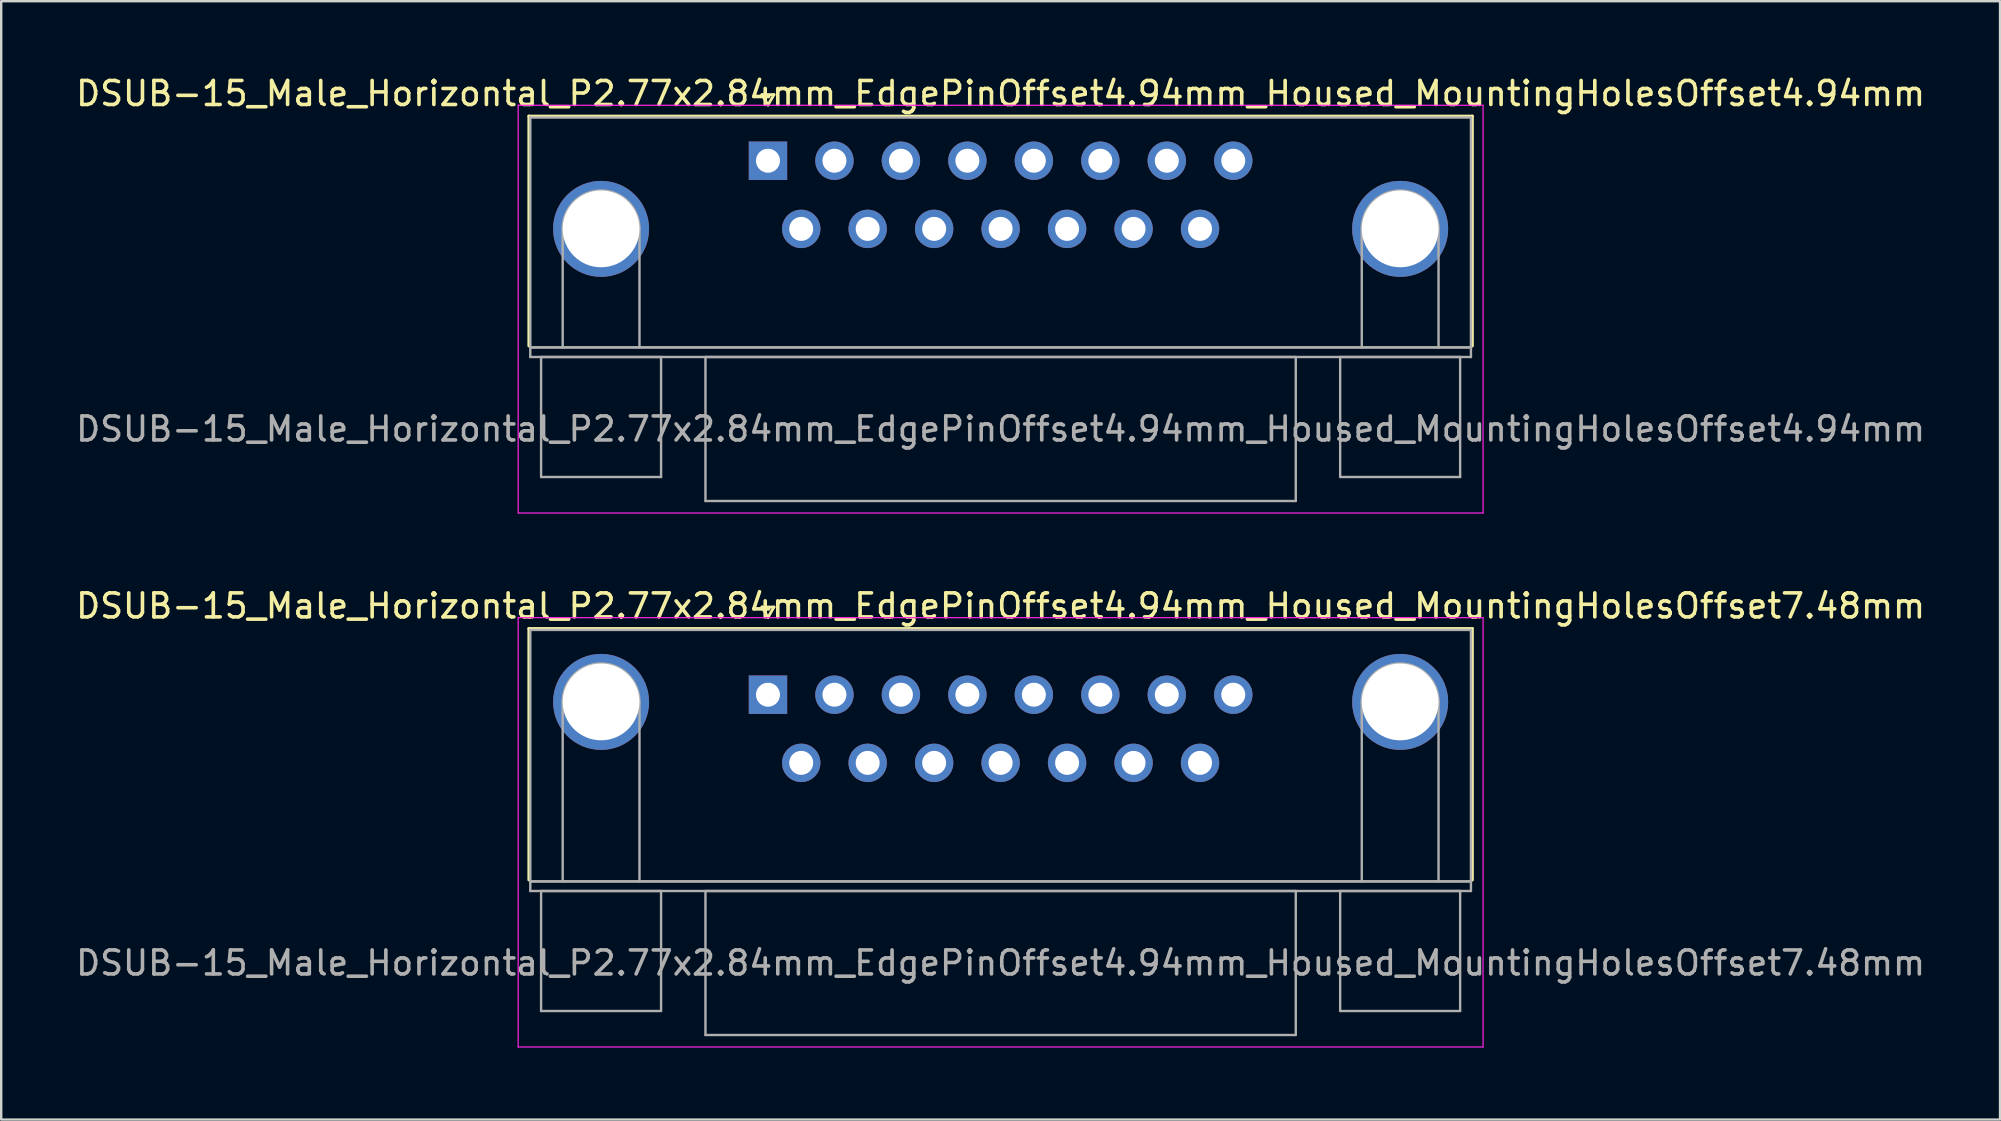
<source format=kicad_pcb>
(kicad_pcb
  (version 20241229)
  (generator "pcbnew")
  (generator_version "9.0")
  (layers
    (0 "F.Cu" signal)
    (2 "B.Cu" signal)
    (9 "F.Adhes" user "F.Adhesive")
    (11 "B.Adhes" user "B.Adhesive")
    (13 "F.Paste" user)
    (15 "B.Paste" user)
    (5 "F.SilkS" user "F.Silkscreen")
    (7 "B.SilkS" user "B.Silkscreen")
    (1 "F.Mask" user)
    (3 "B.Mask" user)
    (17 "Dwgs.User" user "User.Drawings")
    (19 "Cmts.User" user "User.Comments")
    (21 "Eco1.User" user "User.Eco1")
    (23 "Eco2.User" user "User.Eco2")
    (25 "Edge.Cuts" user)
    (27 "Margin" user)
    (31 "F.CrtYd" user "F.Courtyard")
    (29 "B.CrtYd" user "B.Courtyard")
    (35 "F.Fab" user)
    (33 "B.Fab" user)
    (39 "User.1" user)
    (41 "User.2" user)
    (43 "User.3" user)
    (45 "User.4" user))
  (footprint "DSUB-15_Male_Horizontal_P2.77x2.84mm_EdgePinOffset4.94mm_Housed_MountingHolesOffset4.94mm"
    (layer "F.Cu")
    (at 28.954 3.648)
    (property "Reference" "DSUB-15_Male_Horizontal_P2.77x2.84mm_EdgePinOffset4.94mm_Housed_MountingHolesOffset4.94mm" (at 9.695 -2.8 0) (layer "F.SilkS") (effects (font (size 1 1) (thickness 0.15))))
    (attr through_hole)
    (fp_line (start -9.965 -1.86) (end 29.355 -1.86) (stroke (width 0.12) (type solid)) (layer "F.SilkS"))
    (fp_line (start -9.965 7.72) (end -9.965 -1.86) (stroke (width 0.12) (type solid)) (layer "F.SilkS"))
    (fp_line (start -0.25 -2.754) (end 0.25 -2.754) (stroke (width 0.12) (type solid)) (layer "F.SilkS"))
    (fp_line (start 0 -2.321) (end -0.25 -2.754) (stroke (width 0.12) (type solid)) (layer "F.SilkS"))
    (fp_line (start 0.25 -2.754) (end 0 -2.321) (stroke (width 0.12) (type solid)) (layer "F.SilkS"))
    (fp_line (start 29.355 -1.86) (end 29.355 7.72) (stroke (width 0.12) (type solid)) (layer "F.SilkS"))
    (fp_line (start -10.41 -2.31) (end -10.41 14.68) (stroke (width 0.05) (type solid)) (layer "F.CrtYd"))
    (fp_line (start -10.41 14.68) (end 29.8 14.68) (stroke (width 0.05) (type solid)) (layer "F.CrtYd"))
    (fp_line (start 29.8 -2.31) (end -10.41 -2.31) (stroke (width 0.05) (type solid)) (layer "F.CrtYd"))
    (fp_line (start 29.8 14.68) (end 29.8 -2.31) (stroke (width 0.05) (type solid)) (layer "F.CrtYd"))
    (fp_line (start -9.905 -1.8) (end -9.905 7.78) (stroke (width 0.1) (type solid)) (layer "F.Fab"))
    (fp_line (start -9.905 7.78) (end -9.905 8.18) (stroke (width 0.1) (type solid)) (layer "F.Fab"))
    (fp_line (start -9.905 7.78) (end 29.295 7.78) (stroke (width 0.1) (type solid)) (layer "F.Fab"))
    (fp_line (start -9.905 8.18) (end 29.295 8.18) (stroke (width 0.1) (type solid)) (layer "F.Fab"))
    (fp_line (start -9.455 8.18) (end -9.455 13.18) (stroke (width 0.1) (type solid)) (layer "F.Fab"))
    (fp_line (start -9.455 13.18) (end -4.455 13.18) (stroke (width 0.1) (type solid)) (layer "F.Fab"))
    (fp_line (start -8.555 7.78) (end -8.555 2.84) (stroke (width 0.1) (type solid)) (layer "F.Fab"))
    (fp_line (start -5.355 7.78) (end -5.355 2.84) (stroke (width 0.1) (type solid)) (layer "F.Fab"))
    (fp_line (start -4.455 8.18) (end -9.455 8.18) (stroke (width 0.1) (type solid)) (layer "F.Fab"))
    (fp_line (start -4.455 13.18) (end -4.455 8.18) (stroke (width 0.1) (type solid)) (layer "F.Fab"))
    (fp_line (start -2.605 8.18) (end -2.605 14.18) (stroke (width 0.1) (type solid)) (layer "F.Fab"))
    (fp_line (start -2.605 14.18) (end 21.995 14.18) (stroke (width 0.1) (type solid)) (layer "F.Fab"))
    (fp_line (start 21.995 8.18) (end -2.605 8.18) (stroke (width 0.1) (type solid)) (layer "F.Fab"))
    (fp_line (start 21.995 14.18) (end 21.995 8.18) (stroke (width 0.1) (type solid)) (layer "F.Fab"))
    (fp_line (start 23.845 8.18) (end 23.845 13.18) (stroke (width 0.1) (type solid)) (layer "F.Fab"))
    (fp_line (start 23.845 13.18) (end 28.845 13.18) (stroke (width 0.1) (type solid)) (layer "F.Fab"))
    (fp_line (start 24.745 7.78) (end 24.745 2.84) (stroke (width 0.1) (type solid)) (layer "F.Fab"))
    (fp_line (start 27.945 7.78) (end 27.945 2.84) (stroke (width 0.1) (type solid)) (layer "F.Fab"))
    (fp_line (start 28.845 8.18) (end 23.845 8.18) (stroke (width 0.1) (type solid)) (layer "F.Fab"))
    (fp_line (start 28.845 13.18) (end 28.845 8.18) (stroke (width 0.1) (type solid)) (layer "F.Fab"))
    (fp_line (start 29.295 -1.8) (end -9.905 -1.8) (stroke (width 0.1) (type solid)) (layer "F.Fab"))
    (fp_line (start 29.295 7.78) (end -9.905 7.78) (stroke (width 0.1) (type solid)) (layer "F.Fab"))
    (fp_line (start 29.295 7.78) (end 29.295 -1.8) (stroke (width 0.1) (type solid)) (layer "F.Fab"))
    (fp_line (start 29.295 8.18) (end 29.295 7.78) (stroke (width 0.1) (type solid)) (layer "F.Fab"))
    (fp_arc (start -8.555 2.84) (mid -6.955 1.24) (end -5.355 2.84) (stroke (width 0.1) (type solid)) (layer "F.Fab"))
    (fp_arc (start 24.745 2.84) (mid 26.345 1.24) (end 27.945 2.84) (stroke (width 0.1) (type solid)) (layer "F.Fab"))
    (fp_text user "${REFERENCE}" (at 9.695 11.18 0) (layer "F.Fab") (effects (font (size 1 1) (thickness 0.15))))
    (pad "0" thru_hole circle (at -6.955 2.84) (size 4 4) (drill 3.2) (layers "*.Cu" "*.Mask"))
    (pad "0" thru_hole circle (at 26.345 2.84) (size 4 4) (drill 3.2) (layers "*.Cu" "*.Mask"))
    (pad "1" thru_hole rect (at 0 0) (size 1.6 1.6) (drill 1) (layers "*.Cu" "*.Mask"))
    (pad "2" thru_hole circle (at 2.77 0) (size 1.6 1.6) (drill 1) (layers "*.Cu" "*.Mask"))
    (pad "3" thru_hole circle (at 5.54 0) (size 1.6 1.6) (drill 1) (layers "*.Cu" "*.Mask"))
    (pad "4" thru_hole circle (at 8.31 0) (size 1.6 1.6) (drill 1) (layers "*.Cu" "*.Mask"))
    (pad "5" thru_hole circle (at 11.08 0) (size 1.6 1.6) (drill 1) (layers "*.Cu" "*.Mask"))
    (pad "6" thru_hole circle (at 13.85 0) (size 1.6 1.6) (drill 1) (layers "*.Cu" "*.Mask"))
    (pad "7" thru_hole circle (at 16.62 0) (size 1.6 1.6) (drill 1) (layers "*.Cu" "*.Mask"))
    (pad "8" thru_hole circle (at 19.39 0) (size 1.6 1.6) (drill 1) (layers "*.Cu" "*.Mask"))
    (pad "9" thru_hole circle (at 1.385 2.84) (size 1.6 1.6) (drill 1) (layers "*.Cu" "*.Mask"))
    (pad "10" thru_hole circle (at 4.155 2.84) (size 1.6 1.6) (drill 1) (layers "*.Cu" "*.Mask"))
    (pad "11" thru_hole circle (at 6.925 2.84) (size 1.6 1.6) (drill 1) (layers "*.Cu" "*.Mask"))
    (pad "12" thru_hole circle (at 9.695 2.84) (size 1.6 1.6) (drill 1) (layers "*.Cu" "*.Mask"))
    (pad "13" thru_hole circle (at 12.465 2.84) (size 1.6 1.6) (drill 1) (layers "*.Cu" "*.Mask"))
    (pad "14" thru_hole circle (at 15.235 2.84) (size 1.6 1.6) (drill 1) (layers "*.Cu" "*.Mask"))
    (pad "15" thru_hole circle (at 18.005 2.84) (size 1.6 1.6) (drill 1) (layers "*.Cu" "*.Mask")))
  (footprint "DSUB-15_Male_Horizontal_P2.77x2.84mm_EdgePinOffset4.94mm_Housed_MountingHolesOffset7.48mm"
    (layer "F.Cu")
    (at 28.954 25.901)
    (property "Reference" "DSUB-15_Male_Horizontal_P2.77x2.84mm_EdgePinOffset4.94mm_Housed_MountingHolesOffset7.48mm" (at 9.695 -3.7 0) (layer "F.SilkS") (effects (font (size 1 1) (thickness 0.15))))
    (attr through_hole)
    (fp_line (start -9.965 -2.76) (end 29.355 -2.76) (stroke (width 0.12) (type solid)) (layer "F.SilkS"))
    (fp_line (start -9.965 7.72) (end -9.965 -2.76) (stroke (width 0.12) (type solid)) (layer "F.SilkS"))
    (fp_line (start -0.25 -3.654) (end 0.25 -3.654) (stroke (width 0.12) (type solid)) (layer "F.SilkS"))
    (fp_line (start 0 -3.221) (end -0.25 -3.654) (stroke (width 0.12) (type solid)) (layer "F.SilkS"))
    (fp_line (start 0.25 -3.654) (end 0 -3.221) (stroke (width 0.12) (type solid)) (layer "F.SilkS"))
    (fp_line (start 29.355 -2.76) (end 29.355 7.72) (stroke (width 0.12) (type solid)) (layer "F.SilkS"))
    (fp_line (start -10.41 -3.21) (end -10.41 14.68) (stroke (width 0.05) (type solid)) (layer "F.CrtYd"))
    (fp_line (start -10.41 14.68) (end 29.8 14.68) (stroke (width 0.05) (type solid)) (layer "F.CrtYd"))
    (fp_line (start 29.8 -3.21) (end -10.41 -3.21) (stroke (width 0.05) (type solid)) (layer "F.CrtYd"))
    (fp_line (start 29.8 14.68) (end 29.8 -3.21) (stroke (width 0.05) (type solid)) (layer "F.CrtYd"))
    (fp_line (start -9.905 -2.7) (end -9.905 7.78) (stroke (width 0.1) (type solid)) (layer "F.Fab"))
    (fp_line (start -9.905 7.78) (end -9.905 8.18) (stroke (width 0.1) (type solid)) (layer "F.Fab"))
    (fp_line (start -9.905 7.78) (end 29.295 7.78) (stroke (width 0.1) (type solid)) (layer "F.Fab"))
    (fp_line (start -9.905 8.18) (end 29.295 8.18) (stroke (width 0.1) (type solid)) (layer "F.Fab"))
    (fp_line (start -9.455 8.18) (end -9.455 13.18) (stroke (width 0.1) (type solid)) (layer "F.Fab"))
    (fp_line (start -9.455 13.18) (end -4.455 13.18) (stroke (width 0.1) (type solid)) (layer "F.Fab"))
    (fp_line (start -8.555 7.78) (end -8.555 0.3) (stroke (width 0.1) (type solid)) (layer "F.Fab"))
    (fp_line (start -5.355 7.78) (end -5.355 0.3) (stroke (width 0.1) (type solid)) (layer "F.Fab"))
    (fp_line (start -4.455 8.18) (end -9.455 8.18) (stroke (width 0.1) (type solid)) (layer "F.Fab"))
    (fp_line (start -4.455 13.18) (end -4.455 8.18) (stroke (width 0.1) (type solid)) (layer "F.Fab"))
    (fp_line (start -2.605 8.18) (end -2.605 14.18) (stroke (width 0.1) (type solid)) (layer "F.Fab"))
    (fp_line (start -2.605 14.18) (end 21.995 14.18) (stroke (width 0.1) (type solid)) (layer "F.Fab"))
    (fp_line (start 21.995 8.18) (end -2.605 8.18) (stroke (width 0.1) (type solid)) (layer "F.Fab"))
    (fp_line (start 21.995 14.18) (end 21.995 8.18) (stroke (width 0.1) (type solid)) (layer "F.Fab"))
    (fp_line (start 23.845 8.18) (end 23.845 13.18) (stroke (width 0.1) (type solid)) (layer "F.Fab"))
    (fp_line (start 23.845 13.18) (end 28.845 13.18) (stroke (width 0.1) (type solid)) (layer "F.Fab"))
    (fp_line (start 24.745 7.78) (end 24.745 0.3) (stroke (width 0.1) (type solid)) (layer "F.Fab"))
    (fp_line (start 27.945 7.78) (end 27.945 0.3) (stroke (width 0.1) (type solid)) (layer "F.Fab"))
    (fp_line (start 28.845 8.18) (end 23.845 8.18) (stroke (width 0.1) (type solid)) (layer "F.Fab"))
    (fp_line (start 28.845 13.18) (end 28.845 8.18) (stroke (width 0.1) (type solid)) (layer "F.Fab"))
    (fp_line (start 29.295 -2.7) (end -9.905 -2.7) (stroke (width 0.1) (type solid)) (layer "F.Fab"))
    (fp_line (start 29.295 7.78) (end -9.905 7.78) (stroke (width 0.1) (type solid)) (layer "F.Fab"))
    (fp_line (start 29.295 7.78) (end 29.295 -2.7) (stroke (width 0.1) (type solid)) (layer "F.Fab"))
    (fp_line (start 29.295 8.18) (end 29.295 7.78) (stroke (width 0.1) (type solid)) (layer "F.Fab"))
    (fp_arc (start -8.555 0.3) (mid -6.955 -1.3) (end -5.355 0.3) (stroke (width 0.1) (type solid)) (layer "F.Fab"))
    (fp_arc (start 24.745 0.3) (mid 26.345 -1.3) (end 27.945 0.3) (stroke (width 0.1) (type solid)) (layer "F.Fab"))
    (fp_text user "${REFERENCE}" (at 9.695 11.18 0) (layer "F.Fab") (effects (font (size 1 1) (thickness 0.15))))
    (pad "0" thru_hole circle (at -6.955 0.3) (size 4 4) (drill 3.2) (layers "*.Cu" "*.Mask"))
    (pad "0" thru_hole circle (at 26.345 0.3) (size 4 4) (drill 3.2) (layers "*.Cu" "*.Mask"))
    (pad "1" thru_hole rect (at 0 0) (size 1.6 1.6) (drill 1) (layers "*.Cu" "*.Mask"))
    (pad "2" thru_hole circle (at 2.77 0) (size 1.6 1.6) (drill 1) (layers "*.Cu" "*.Mask"))
    (pad "3" thru_hole circle (at 5.54 0) (size 1.6 1.6) (drill 1) (layers "*.Cu" "*.Mask"))
    (pad "4" thru_hole circle (at 8.31 0) (size 1.6 1.6) (drill 1) (layers "*.Cu" "*.Mask"))
    (pad "5" thru_hole circle (at 11.08 0) (size 1.6 1.6) (drill 1) (layers "*.Cu" "*.Mask"))
    (pad "6" thru_hole circle (at 13.85 0) (size 1.6 1.6) (drill 1) (layers "*.Cu" "*.Mask"))
    (pad "7" thru_hole circle (at 16.62 0) (size 1.6 1.6) (drill 1) (layers "*.Cu" "*.Mask"))
    (pad "8" thru_hole circle (at 19.39 0) (size 1.6 1.6) (drill 1) (layers "*.Cu" "*.Mask"))
    (pad "9" thru_hole circle (at 1.385 2.84) (size 1.6 1.6) (drill 1) (layers "*.Cu" "*.Mask"))
    (pad "10" thru_hole circle (at 4.155 2.84) (size 1.6 1.6) (drill 1) (layers "*.Cu" "*.Mask"))
    (pad "11" thru_hole circle (at 6.925 2.84) (size 1.6 1.6) (drill 1) (layers "*.Cu" "*.Mask"))
    (pad "12" thru_hole circle (at 9.695 2.84) (size 1.6 1.6) (drill 1) (layers "*.Cu" "*.Mask"))
    (pad "13" thru_hole circle (at 12.465 2.84) (size 1.6 1.6) (drill 1) (layers "*.Cu" "*.Mask"))
    (pad "14" thru_hole circle (at 15.235 2.84) (size 1.6 1.6) (drill 1) (layers "*.Cu" "*.Mask"))
    (pad "15" thru_hole circle (at 18.005 2.84) (size 1.6 1.6) (drill 1) (layers "*.Cu" "*.Mask")))
  (gr_rect
    (start -3 -3)
    (end 80.298 43.606)
    (stroke (width 0.1) (type default))
    (fill no)
    (layer "Edge.Cuts")))
</source>
